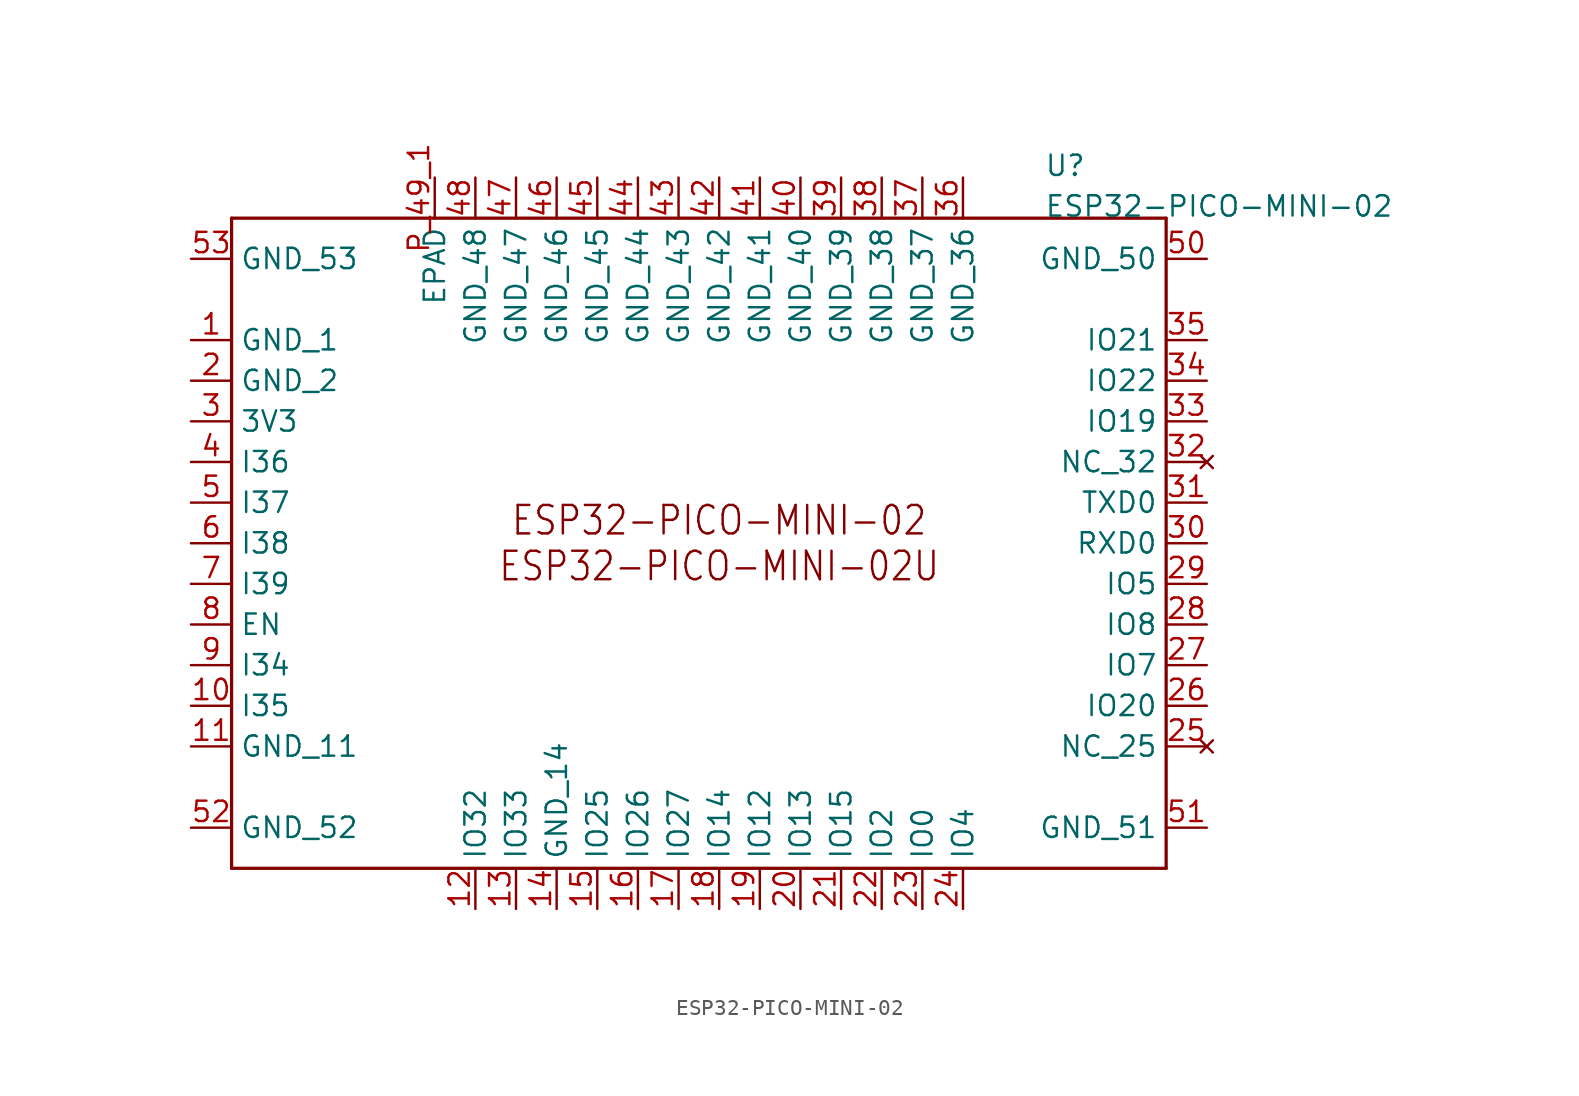
<source format=kicad_sym>
(kicad_symbol_lib
  (version 20211014)
  (generator kicad_symbol_editor)
  (symbol "ESP32-PICO-MINI-02"
    (pin_names)
    (property "Reference" "U"
      (at 20.32 22.86 0)
      (effects (font (size 1.27 1.27)) (justify left bottom)))
    (property "Value" "ESP32-PICO-MINI-02"
      (at 20.32 20.32 0)
      (effects (font (size 1.27 1.27)) (justify left bottom)))
    (property "Datasheet" ""
      (at 0 0 0))
    (property "ki_description" "ESP32-PICO-MINI-02(U)  - Bluetooth, WiFi 802.11b/g/n, Bluetooth v4.2 +EDR, Class 1, 2 and 3 Transceiver Module 2.412GHz ~ 2.484GHz PCB Trace Chassis Mount   Technical Specifications:    RF Standard: Bluetooth, WiFi   Protocol: 802.11b/g/n, Bluetooth v4.2 +EDR, Class 1, 2 and 3   Voltage - Supply: 3V ~ 3.6V   Antenna Type: PCB Trace (ESP32-PICO-MINI-02), External (ESP32-PICO-MINI-02U)     Component Search:  [DATA SHEET NAME]   Datasheet:  ESP32­PICO­MINI­02 "
      (at 0 0 0))
    (property "ki_fp_filters" "FlashPCB_ICs:ESP32-PICO-MINI-02 FlashPCB_ICs:ESP32-PICO-MINI-02U FlashPCB_ICs:ESP32-PICO-MINI-02-THERMALS FlashPCB_ICs:ESP32-PICO-MINI-02U-THERMALS"
      (at 0 0 0))
    (symbol "ESP32-PICO-MINI-02_1_1"
      (text "ESP32-PICO-MINI-02\nESP32-PICO-MINI-02U" (at 0 0 0) (effects (font (size 1.778 1.52))))
      (polyline (pts (xy -30.48 20.32) (xy -30.48 -20.32)) (stroke (width 0.203)) (fill (type none)))
      (polyline (pts (xy -30.48 -20.32) (xy 27.94 -20.32)) (stroke (width 0.203)) (fill (type none)))
      (polyline (pts (xy 27.94 -20.32) (xy 27.94 20.32)) (stroke (width 0.203)) (fill (type none)))
      (polyline (pts (xy 27.94 20.32) (xy -30.48 20.32)) (stroke (width 0.203)) (fill (type none)))
      (pin bidirectional line (at -33.02 12.7 0) (length 2.54) (name "GND_1" (effects (font (size 1.27 1.27)))) (number "1" (effects (font (size 1.27 1.27)))))
      (pin bidirectional line (at -33.02 10.16 0) (length 2.54) (name "GND_2" (effects (font (size 1.27 1.27)))) (number "2" (effects (font (size 1.27 1.27)))))
      (pin bidirectional line (at -33.02 7.62 0) (length 2.54) (name "3V3" (effects (font (size 1.27 1.27)))) (number "3" (effects (font (size 1.27 1.27)))))
      (pin bidirectional line (at -33.02 5.08 0) (length 2.54) (name "I36" (effects (font (size 1.27 1.27)))) (number "4" (effects (font (size 1.27 1.27)))))
      (pin bidirectional line (at -33.02 2.54 0) (length 2.54) (name "I37" (effects (font (size 1.27 1.27)))) (number "5" (effects (font (size 1.27 1.27)))))
      (pin bidirectional line (at -33.02 0 0) (length 2.54) (name "I38" (effects (font (size 1.27 1.27)))) (number "6" (effects (font (size 1.27 1.27)))))
      (pin bidirectional line (at -33.02 -2.54 0) (length 2.54) (name "I39" (effects (font (size 1.27 1.27)))) (number "7" (effects (font (size 1.27 1.27)))))
      (pin bidirectional line (at -33.02 -5.08 0) (length 2.54) (name "EN" (effects (font (size 1.27 1.27)))) (number "8" (effects (font (size 1.27 1.27)))))
      (pin bidirectional line (at -33.02 -7.62 0) (length 2.54) (name "I34" (effects (font (size 1.27 1.27)))) (number "9" (effects (font (size 1.27 1.27)))))
      (pin bidirectional line (at -33.02 -10.16 0) (length 2.54) (name "I35" (effects (font (size 1.27 1.27)))) (number "10" (effects (font (size 1.27 1.27)))))
      (pin bidirectional line (at -33.02 -12.7 0) (length 2.54) (name "GND_11" (effects (font (size 1.27 1.27)))) (number "11" (effects (font (size 1.27 1.27)))))
      (pin bidirectional line (at -15.24 -22.86 90) (length 2.54) (name "IO32" (effects (font (size 1.27 1.27)))) (number "12" (effects (font (size 1.27 1.27)))))
      (pin bidirectional line (at -12.7 -22.86 90) (length 2.54) (name "IO33" (effects (font (size 1.27 1.27)))) (number "13" (effects (font (size 1.27 1.27)))))
      (pin bidirectional line (at -10.16 -22.86 90) (length 2.54) (name "GND_14" (effects (font (size 1.27 1.27)))) (number "14" (effects (font (size 1.27 1.27)))))
      (pin bidirectional line (at -7.62 -22.86 90) (length 2.54) (name "IO25" (effects (font (size 1.27 1.27)))) (number "15" (effects (font (size 1.27 1.27)))))
      (pin bidirectional line (at -5.08 -22.86 90) (length 2.54) (name "IO26" (effects (font (size 1.27 1.27)))) (number "16" (effects (font (size 1.27 1.27)))))
      (pin bidirectional line (at -2.54 -22.86 90) (length 2.54) (name "IO27" (effects (font (size 1.27 1.27)))) (number "17" (effects (font (size 1.27 1.27)))))
      (pin bidirectional line (at 0 -22.86 90) (length 2.54) (name "IO14" (effects (font (size 1.27 1.27)))) (number "18" (effects (font (size 1.27 1.27)))))
      (pin bidirectional line (at 2.54 -22.86 90) (length 2.54) (name "IO12" (effects (font (size 1.27 1.27)))) (number "19" (effects (font (size 1.27 1.27)))))
      (pin bidirectional line (at 5.08 -22.86 90) (length 2.54) (name "IO13" (effects (font (size 1.27 1.27)))) (number "20" (effects (font (size 1.27 1.27)))))
      (pin bidirectional line (at 7.62 -22.86 90) (length 2.54) (name "IO15" (effects (font (size 1.27 1.27)))) (number "21" (effects (font (size 1.27 1.27)))))
      (pin bidirectional line (at 10.16 -22.86 90) (length 2.54) (name "IO2" (effects (font (size 1.27 1.27)))) (number "22" (effects (font (size 1.27 1.27)))))
      (pin bidirectional line (at 12.7 -22.86 90) (length 2.54) (name "IO0" (effects (font (size 1.27 1.27)))) (number "23" (effects (font (size 1.27 1.27)))))
      (pin bidirectional line (at 15.24 -22.86 90) (length 2.54) (name "IO4" (effects (font (size 1.27 1.27)))) (number "24" (effects (font (size 1.27 1.27)))))
      (pin no_connect line (at 30.48 -12.7 180) (length 2.54) (name "NC_25" (effects (font (size 1.27 1.27)))) (number "25" (effects (font (size 1.27 1.27)))))
      (pin bidirectional line (at 30.48 -10.16 180) (length 2.54) (name "IO20" (effects (font (size 1.27 1.27)))) (number "26" (effects (font (size 1.27 1.27)))))
      (pin bidirectional line (at 30.48 -7.62 180) (length 2.54) (name "IO7" (effects (font (size 1.27 1.27)))) (number "27" (effects (font (size 1.27 1.27)))))
      (pin bidirectional line (at 30.48 -5.08 180) (length 2.54) (name "IO8" (effects (font (size 1.27 1.27)))) (number "28" (effects (font (size 1.27 1.27)))))
      (pin bidirectional line (at 30.48 -2.54 180) (length 2.54) (name "IO5" (effects (font (size 1.27 1.27)))) (number "29" (effects (font (size 1.27 1.27)))))
      (pin bidirectional line (at 30.48 0 180) (length 2.54) (name "RXD0" (effects (font (size 1.27 1.27)))) (number "30" (effects (font (size 1.27 1.27)))))
      (pin bidirectional line (at 30.48 2.54 180) (length 2.54) (name "TXD0" (effects (font (size 1.27 1.27)))) (number "31" (effects (font (size 1.27 1.27)))))
      (pin no_connect line (at 30.48 5.08 180) (length 2.54) (name "NC_32" (effects (font (size 1.27 1.27)))) (number "32" (effects (font (size 1.27 1.27)))))
      (pin bidirectional line (at 30.48 7.62 180) (length 2.54) (name "IO19" (effects (font (size 1.27 1.27)))) (number "33" (effects (font (size 1.27 1.27)))))
      (pin bidirectional line (at 30.48 10.16 180) (length 2.54) (name "IO22" (effects (font (size 1.27 1.27)))) (number "34" (effects (font (size 1.27 1.27)))))
      (pin bidirectional line (at 30.48 12.7 180) (length 2.54) (name "IO21" (effects (font (size 1.27 1.27)))) (number "35" (effects (font (size 1.27 1.27)))))
      (pin bidirectional line (at 15.24 22.86 270) (length 2.54) (name "GND_36" (effects (font (size 1.27 1.27)))) (number "36" (effects (font (size 1.27 1.27)))))
      (pin bidirectional line (at 12.7 22.86 270) (length 2.54) (name "GND_37" (effects (font (size 1.27 1.27)))) (number "37" (effects (font (size 1.27 1.27)))))
      (pin bidirectional line (at 10.16 22.86 270) (length 2.54) (name "GND_38" (effects (font (size 1.27 1.27)))) (number "38" (effects (font (size 1.27 1.27)))))
      (pin bidirectional line (at 7.62 22.86 270) (length 2.54) (name "GND_39" (effects (font (size 1.27 1.27)))) (number "39" (effects (font (size 1.27 1.27)))))
      (pin bidirectional line (at 5.08 22.86 270) (length 2.54) (name "GND_40" (effects (font (size 1.27 1.27)))) (number "40" (effects (font (size 1.27 1.27)))))
      (pin bidirectional line (at 2.54 22.86 270) (length 2.54) (name "GND_41" (effects (font (size 1.27 1.27)))) (number "41" (effects (font (size 1.27 1.27)))))
      (pin bidirectional line (at 0 22.86 270) (length 2.54) (name "GND_42" (effects (font (size 1.27 1.27)))) (number "42" (effects (font (size 1.27 1.27)))))
      (pin bidirectional line (at -2.54 22.86 270) (length 2.54) (name "GND_43" (effects (font (size 1.27 1.27)))) (number "43" (effects (font (size 1.27 1.27)))))
      (pin bidirectional line (at -5.08 22.86 270) (length 2.54) (name "GND_44" (effects (font (size 1.27 1.27)))) (number "44" (effects (font (size 1.27 1.27)))))
      (pin bidirectional line (at -7.62 22.86 270) (length 2.54) (name "GND_45" (effects (font (size 1.27 1.27)))) (number "45" (effects (font (size 1.27 1.27)))))
      (pin bidirectional line (at -10.16 22.86 270) (length 2.54) (name "GND_46" (effects (font (size 1.27 1.27)))) (number "46" (effects (font (size 1.27 1.27)))))
      (pin bidirectional line (at -12.7 22.86 270) (length 2.54) (name "GND_47" (effects (font (size 1.27 1.27)))) (number "47" (effects (font (size 1.27 1.27)))))
      (pin bidirectional line (at -15.24 22.86 270) (length 2.54) (name "GND_48" (effects (font (size 1.27 1.27)))) (number "48" (effects (font (size 1.27 1.27)))))
      (pin bidirectional line (at -17.78 22.86 270) (length 2.54) (name "EPAD" (effects (font (size 1.27 1.27)))) (number "P_49_1" (effects (font (size 1.27 1.27)))))
      (pin bidirectional line (at -17.78 22.86 270) (length 2.54) hide (name "EPAD" (effects (font (size 1.27 1.27)))) (number "P_49_2" (effects (font (size 1.27 1.27)))))
      (pin bidirectional line (at -17.78 22.86 270) (length 2.54) hide (name "EPAD" (effects (font (size 1.27 1.27)))) (number "P_49_3" (effects (font (size 1.27 1.27)))))
      (pin bidirectional line (at -17.78 22.86 270) (length 2.54) hide (name "EPAD" (effects (font (size 1.27 1.27)))) (number "P_49_4" (effects (font (size 1.27 1.27)))))
      (pin bidirectional line (at -17.78 22.86 270) (length 2.54) hide (name "EPAD" (effects (font (size 1.27 1.27)))) (number "P_49_5" (effects (font (size 1.27 1.27)))))
      (pin bidirectional line (at -17.78 22.86 270) (length 2.54) hide (name "EPAD" (effects (font (size 1.27 1.27)))) (number "P_49_6" (effects (font (size 1.27 1.27)))))
      (pin bidirectional line (at -17.78 22.86 270) (length 2.54) hide (name "EPAD" (effects (font (size 1.27 1.27)))) (number "P_49_7" (effects (font (size 1.27 1.27)))))
      (pin bidirectional line (at -17.78 22.86 270) (length 2.54) hide (name "EPAD" (effects (font (size 1.27 1.27)))) (number "P_49_8" (effects (font (size 1.27 1.27)))))
      (pin bidirectional line (at -17.78 22.86 270) (length 2.54) hide (name "EPAD" (effects (font (size 1.27 1.27)))) (number "P_49_9" (effects (font (size 1.27 1.27)))))
      (pin bidirectional line (at -33.02 17.78 0) (length 2.54) (name "GND_53" (effects (font (size 1.27 1.27)))) (number "53" (effects (font (size 1.27 1.27)))))
      (pin bidirectional line (at -33.02 -17.78 0) (length 2.54) (name "GND_52" (effects (font (size 1.27 1.27)))) (number "52" (effects (font (size 1.27 1.27)))))
      (pin bidirectional line (at 30.48 -17.78 180) (length 2.54) (name "GND_51" (effects (font (size 1.27 1.27)))) (number "51" (effects (font (size 1.27 1.27)))))
      (pin bidirectional line (at 30.48 17.78 180) (length 2.54) (name "GND_50" (effects (font (size 1.27 1.27)))) (number "50" (effects (font (size 1.27 1.27))))))))
</source>
